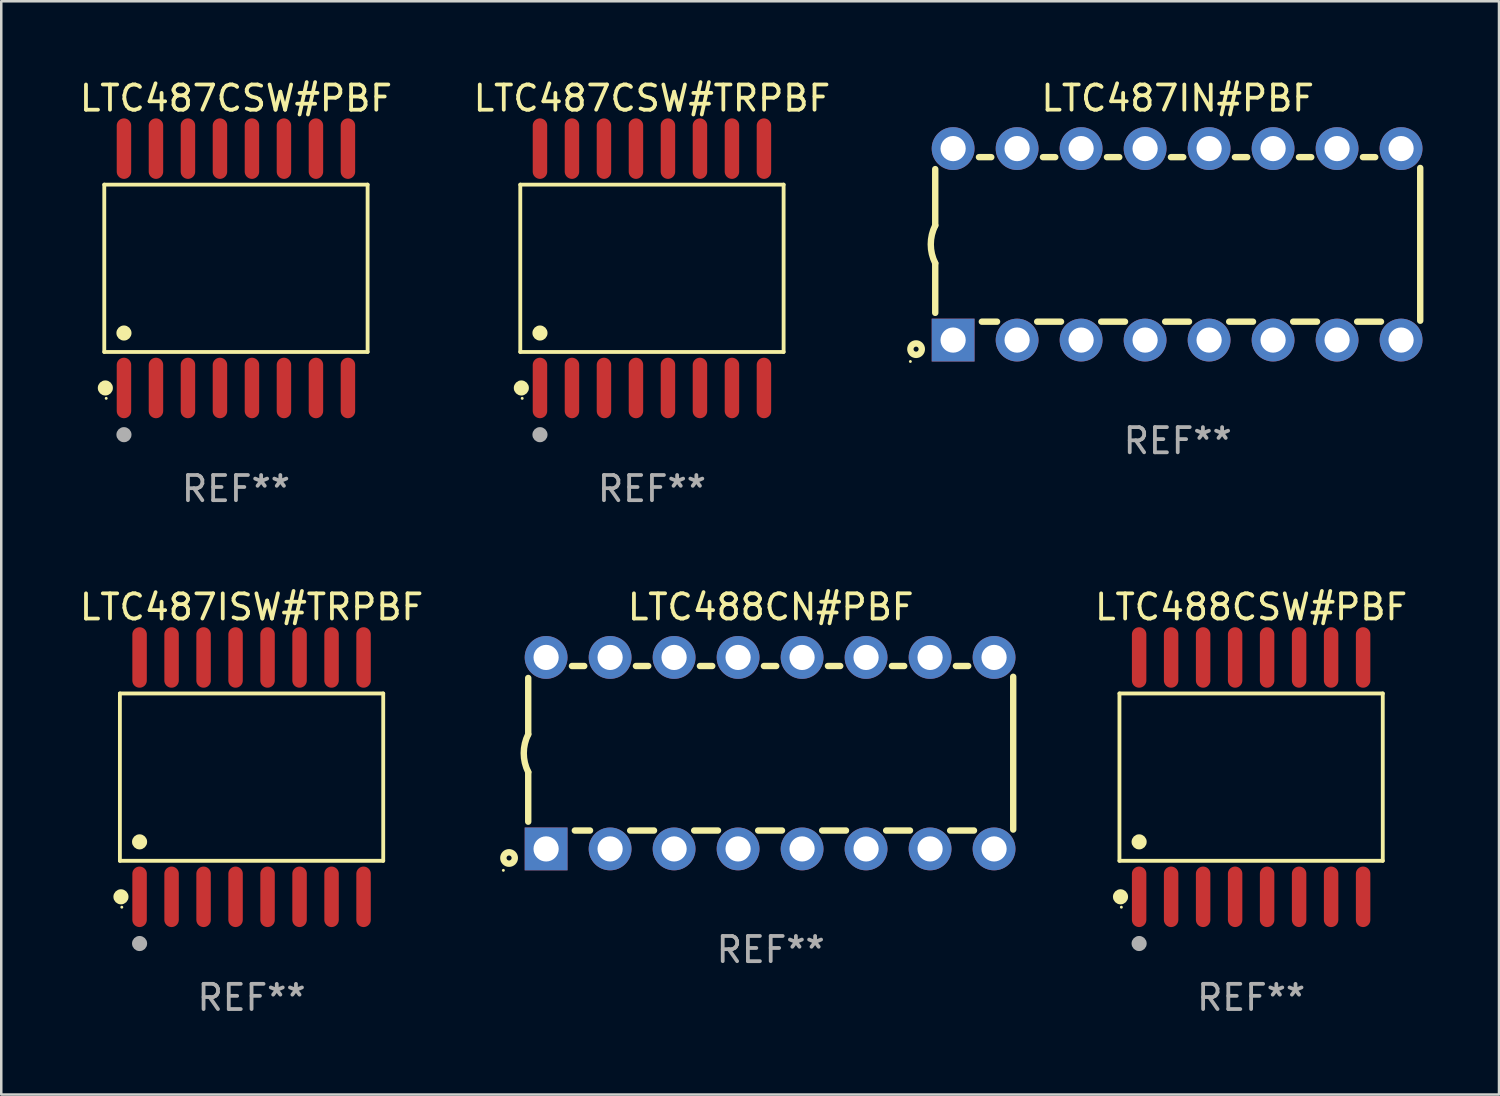
<source format=kicad_pcb>
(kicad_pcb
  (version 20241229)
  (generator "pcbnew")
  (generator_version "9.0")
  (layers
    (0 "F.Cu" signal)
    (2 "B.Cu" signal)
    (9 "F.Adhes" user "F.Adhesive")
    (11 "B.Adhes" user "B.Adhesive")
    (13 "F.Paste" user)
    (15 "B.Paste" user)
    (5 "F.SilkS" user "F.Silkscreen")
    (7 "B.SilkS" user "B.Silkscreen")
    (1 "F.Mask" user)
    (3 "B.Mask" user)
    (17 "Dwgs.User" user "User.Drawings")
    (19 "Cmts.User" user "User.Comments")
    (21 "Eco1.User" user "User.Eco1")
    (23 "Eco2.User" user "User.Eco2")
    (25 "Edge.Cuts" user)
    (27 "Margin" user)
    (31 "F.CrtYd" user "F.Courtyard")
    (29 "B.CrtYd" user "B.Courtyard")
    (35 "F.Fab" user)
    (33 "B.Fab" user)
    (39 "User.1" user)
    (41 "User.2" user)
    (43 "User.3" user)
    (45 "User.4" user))
  (footprint "LTC488CSW#PBF"
    (layer "F.Cu")
    (at 46.609 27.796)
    (property "Reference" "LTC488CSW#PBF" (at 0 -6.75 0) (layer "F.SilkS") (effects (font (size 1 1) (thickness 0.15))))
    (attr through_hole)
    (fp_line (start -5.226 -3.321) (end 5.226 -3.321) (stroke (width 0.152) (type solid)) (layer "F.SilkS"))
    (fp_line (start -5.226 3.321) (end -5.226 -3.321) (stroke (width 0.152) (type solid)) (layer "F.SilkS"))
    (fp_line (start 5.226 -3.321) (end 5.226 3.321) (stroke (width 0.152) (type solid)) (layer "F.SilkS"))
    (fp_line (start 5.226 3.321) (end -5.226 3.321) (stroke (width 0.152) (type solid)) (layer "F.SilkS"))
    (fp_circle (center -5.184 4.75) (end -5.034 4.75) (stroke (width 0.3) (type solid)) (fill no) (layer "F.SilkS"))
    (fp_circle (center -5.15 5.162) (end -5.12 5.162) (stroke (width 0.06) (type solid)) (fill no) (layer "F.SilkS"))
    (fp_circle (center -4.445 2.569) (end -4.295 2.569) (stroke (width 0.3) (type solid)) (fill no) (layer "F.SilkS"))
    (fp_circle (center -4.445 6.604) (end -4.295 6.604) (stroke (width 0.3) (type solid)) (fill no) (layer "F.Fab"))
    (fp_text user "REF**" (at 0 8.75 0) (layer "F.Fab") (effects (font (size 1 1) (thickness 0.15))))
    (pad "1" smd oval (at -4.445 4.75) (size 0.574 2.401) (layers "F.Cu" "F.Mask" "F.Paste"))
    (pad "2" smd oval (at -3.175 4.75) (size 0.574 2.401) (layers "F.Cu" "F.Mask" "F.Paste"))
    (pad "3" smd oval (at -1.905 4.75) (size 0.574 2.401) (layers "F.Cu" "F.Mask" "F.Paste"))
    (pad "4" smd oval (at -0.635 4.75) (size 0.574 2.401) (layers "F.Cu" "F.Mask" "F.Paste"))
    (pad "5" smd oval (at 0.635 4.75) (size 0.574 2.401) (layers "F.Cu" "F.Mask" "F.Paste"))
    (pad "6" smd oval (at 1.905 4.75) (size 0.574 2.401) (layers "F.Cu" "F.Mask" "F.Paste"))
    (pad "7" smd oval (at 3.175 4.75) (size 0.574 2.401) (layers "F.Cu" "F.Mask" "F.Paste"))
    (pad "8" smd oval (at 4.445 4.75) (size 0.574 2.401) (layers "F.Cu" "F.Mask" "F.Paste"))
    (pad "9" smd oval (at 4.445 -4.75) (size 0.574 2.401) (layers "F.Cu" "F.Mask" "F.Paste"))
    (pad "10" smd oval (at 3.175 -4.75) (size 0.574 2.401) (layers "F.Cu" "F.Mask" "F.Paste"))
    (pad "11" smd oval (at 1.905 -4.75) (size 0.574 2.401) (layers "F.Cu" "F.Mask" "F.Paste"))
    (pad "12" smd oval (at 0.635 -4.75) (size 0.574 2.401) (layers "F.Cu" "F.Mask" "F.Paste"))
    (pad "13" smd oval (at -0.635 -4.75) (size 0.574 2.401) (layers "F.Cu" "F.Mask" "F.Paste"))
    (pad "14" smd oval (at -1.905 -4.75) (size 0.574 2.401) (layers "F.Cu" "F.Mask" "F.Paste"))
    (pad "15" smd oval (at -3.175 -4.75) (size 0.574 2.401) (layers "F.Cu" "F.Mask" "F.Paste"))
    (pad "16" smd oval (at -4.445 -4.75) (size 0.574 2.401) (layers "F.Cu" "F.Mask" "F.Paste")))
  (footprint "LTC488CN#PBF"
    (layer "F.Cu")
    (at 27.541 26.845)
    (property "Reference" "LTC488CN#PBF" (at 0 -5.8 0) (layer "F.SilkS") (effects (font (size 1 1) (thickness 0.15))))
    (attr through_hole)
    (fp_line (start -9.625 -0.75) (end -9.625 -2.985) (stroke (width 0.254) (type solid)) (layer "F.SilkS"))
    (fp_line (start -9.625 0.749) (end -9.625 2.719) (stroke (width 0.254) (type solid)) (layer "F.SilkS"))
    (fp_line (start -7.889 -3.46) (end -7.401 -3.46) (stroke (width 0.254) (type solid)) (layer "F.SilkS"))
    (fp_line (start -7.775 3.07) (end -7.172 3.07) (stroke (width 0.254) (type solid)) (layer "F.SilkS"))
    (fp_line (start -5.578 3.07) (end -4.632 3.07) (stroke (width 0.254) (type solid)) (layer "F.SilkS"))
    (fp_line (start -5.349 -3.46) (end -4.861 -3.46) (stroke (width 0.254) (type solid)) (layer "F.SilkS"))
    (fp_line (start -3.038 3.07) (end -2.092 3.07) (stroke (width 0.254) (type solid)) (layer "F.SilkS"))
    (fp_line (start -2.809 -3.46) (end -2.321 -3.46) (stroke (width 0.254) (type solid)) (layer "F.SilkS"))
    (fp_line (start -0.498 3.07) (end 0.448 3.07) (stroke (width 0.254) (type solid)) (layer "F.SilkS"))
    (fp_line (start -0.269 -3.46) (end 0.219 -3.46) (stroke (width 0.254) (type solid)) (layer "F.SilkS"))
    (fp_line (start 2.042 3.07) (end 2.988 3.07) (stroke (width 0.254) (type solid)) (layer "F.SilkS"))
    (fp_line (start 2.271 -3.46) (end 2.759 -3.46) (stroke (width 0.254) (type solid)) (layer "F.SilkS"))
    (fp_line (start 4.582 3.07) (end 5.528 3.07) (stroke (width 0.254) (type solid)) (layer "F.SilkS"))
    (fp_line (start 4.811 -3.46) (end 5.299 -3.46) (stroke (width 0.254) (type solid)) (layer "F.SilkS"))
    (fp_line (start 7.122 3.07) (end 8.068 3.07) (stroke (width 0.254) (type solid)) (layer "F.SilkS"))
    (fp_line (start 7.351 -3.46) (end 7.839 -3.46) (stroke (width 0.254) (type solid)) (layer "F.SilkS"))
    (fp_line (start 9.625 3.032) (end 9.625 -3.032) (stroke (width 0.254) (type solid)) (layer "F.SilkS"))
    (fp_arc (start -9.62498 0.748819) (mid -9.801899 -0.000581) (end -9.625006 -0.749987) (stroke (width 0.254001) (type solid)) (layer "F.SilkS"))
    (fp_circle (center -10.612 4.65) (end -10.582 4.65) (stroke (width 0.06) (type solid)) (fill no) (layer "F.SilkS"))
    (fp_circle (center -10.385 4.16) (end -10.285 4.16) (stroke (width 0.254) (type solid)) (fill no) (layer "F.SilkS"))
    (fp_text user "REF**" (at 0 7.8 0) (layer "F.Fab") (effects (font (size 1 1) (thickness 0.15))))
    (pad "1" thru_hole rect (at -8.915 3.8 90) (size 1.7 1.7) (drill 1) (layers "*.Cu" "*.Mask"))
    (pad "2" thru_hole circle (at -6.375 3.8) (size 1.7 1.7) (drill 1) (layers "*.Cu" "*.Mask"))
    (pad "3" thru_hole circle (at -3.835 3.8) (size 1.7 1.7) (drill 1) (layers "*.Cu" "*.Mask"))
    (pad "4" thru_hole circle (at -1.295 3.8) (size 1.7 1.7) (drill 1) (layers "*.Cu" "*.Mask"))
    (pad "5" thru_hole circle (at 1.245 3.8) (size 1.7 1.7) (drill 1) (layers "*.Cu" "*.Mask"))
    (pad "6" thru_hole circle (at 3.785 3.8) (size 1.7 1.7) (drill 1) (layers "*.Cu" "*.Mask"))
    (pad "7" thru_hole circle (at 6.325 3.8) (size 1.7 1.7) (drill 1) (layers "*.Cu" "*.Mask"))
    (pad "8" thru_hole circle (at 8.865 3.8) (size 1.7 1.7) (drill 1) (layers "*.Cu" "*.Mask"))
    (pad "9" thru_hole circle (at 8.865 -3.8) (size 1.7 1.7) (drill 1) (layers "*.Cu" "*.Mask"))
    (pad "10" thru_hole circle (at 6.325 -3.8) (size 1.7 1.7) (drill 1) (layers "*.Cu" "*.Mask"))
    (pad "11" thru_hole circle (at 3.785 -3.8) (size 1.7 1.7) (drill 1) (layers "*.Cu" "*.Mask"))
    (pad "12" thru_hole circle (at 1.245 -3.8) (size 1.7 1.7) (drill 1) (layers "*.Cu" "*.Mask"))
    (pad "13" thru_hole circle (at -1.295 -3.8) (size 1.7 1.7) (drill 1) (layers "*.Cu" "*.Mask"))
    (pad "14" thru_hole circle (at -3.835 -3.8) (size 1.7 1.7) (drill 1) (layers "*.Cu" "*.Mask"))
    (pad "15" thru_hole circle (at -6.375 -3.8) (size 1.7 1.7) (drill 1) (layers "*.Cu" "*.Mask"))
    (pad "16" thru_hole circle (at -8.915 -3.8) (size 1.7 1.7) (drill 1) (layers "*.Cu" "*.Mask")))
  (footprint "LTC487IN#PBF"
    (layer "F.Cu")
    (at 43.696 6.648)
    (property "Reference" "LTC487IN#PBF" (at 0 -5.8 0) (layer "F.SilkS") (effects (font (size 1 1) (thickness 0.15))))
    (attr through_hole)
    (fp_line (start -9.625 -0.75) (end -9.625 -2.985) (stroke (width 0.254) (type solid)) (layer "F.SilkS"))
    (fp_line (start -9.625 0.749) (end -9.625 2.719) (stroke (width 0.254) (type solid)) (layer "F.SilkS"))
    (fp_line (start -7.889 -3.46) (end -7.401 -3.46) (stroke (width 0.254) (type solid)) (layer "F.SilkS"))
    (fp_line (start -7.775 3.07) (end -7.172 3.07) (stroke (width 0.254) (type solid)) (layer "F.SilkS"))
    (fp_line (start -5.578 3.07) (end -4.632 3.07) (stroke (width 0.254) (type solid)) (layer "F.SilkS"))
    (fp_line (start -5.349 -3.46) (end -4.861 -3.46) (stroke (width 0.254) (type solid)) (layer "F.SilkS"))
    (fp_line (start -3.038 3.07) (end -2.092 3.07) (stroke (width 0.254) (type solid)) (layer "F.SilkS"))
    (fp_line (start -2.809 -3.46) (end -2.321 -3.46) (stroke (width 0.254) (type solid)) (layer "F.SilkS"))
    (fp_line (start -0.498 3.07) (end 0.448 3.07) (stroke (width 0.254) (type solid)) (layer "F.SilkS"))
    (fp_line (start -0.269 -3.46) (end 0.219 -3.46) (stroke (width 0.254) (type solid)) (layer "F.SilkS"))
    (fp_line (start 2.042 3.07) (end 2.988 3.07) (stroke (width 0.254) (type solid)) (layer "F.SilkS"))
    (fp_line (start 2.271 -3.46) (end 2.759 -3.46) (stroke (width 0.254) (type solid)) (layer "F.SilkS"))
    (fp_line (start 4.582 3.07) (end 5.528 3.07) (stroke (width 0.254) (type solid)) (layer "F.SilkS"))
    (fp_line (start 4.811 -3.46) (end 5.299 -3.46) (stroke (width 0.254) (type solid)) (layer "F.SilkS"))
    (fp_line (start 7.122 3.07) (end 8.068 3.07) (stroke (width 0.254) (type solid)) (layer "F.SilkS"))
    (fp_line (start 7.351 -3.46) (end 7.839 -3.46) (stroke (width 0.254) (type solid)) (layer "F.SilkS"))
    (fp_line (start 9.625 3.032) (end 9.625 -3.032) (stroke (width 0.254) (type solid)) (layer "F.SilkS"))
    (fp_arc (start -9.62498 0.748819) (mid -9.801899 -0.000581) (end -9.625006 -0.749987) (stroke (width 0.254001) (type solid)) (layer "F.SilkS"))
    (fp_circle (center -10.612 4.65) (end -10.582 4.65) (stroke (width 0.06) (type solid)) (fill no) (layer "F.SilkS"))
    (fp_circle (center -10.385 4.16) (end -10.285 4.16) (stroke (width 0.254) (type solid)) (fill no) (layer "F.SilkS"))
    (fp_text user "REF**" (at 0 7.8 0) (layer "F.Fab") (effects (font (size 1 1) (thickness 0.15))))
    (pad "1" thru_hole rect (at -8.915 3.8 90) (size 1.7 1.7) (drill 1) (layers "*.Cu" "*.Mask"))
    (pad "2" thru_hole circle (at -6.375 3.8) (size 1.7 1.7) (drill 1) (layers "*.Cu" "*.Mask"))
    (pad "3" thru_hole circle (at -3.835 3.8) (size 1.7 1.7) (drill 1) (layers "*.Cu" "*.Mask"))
    (pad "4" thru_hole circle (at -1.295 3.8) (size 1.7 1.7) (drill 1) (layers "*.Cu" "*.Mask"))
    (pad "5" thru_hole circle (at 1.245 3.8) (size 1.7 1.7) (drill 1) (layers "*.Cu" "*.Mask"))
    (pad "6" thru_hole circle (at 3.785 3.8) (size 1.7 1.7) (drill 1) (layers "*.Cu" "*.Mask"))
    (pad "7" thru_hole circle (at 6.325 3.8) (size 1.7 1.7) (drill 1) (layers "*.Cu" "*.Mask"))
    (pad "8" thru_hole circle (at 8.865 3.8) (size 1.7 1.7) (drill 1) (layers "*.Cu" "*.Mask"))
    (pad "9" thru_hole circle (at 8.865 -3.8) (size 1.7 1.7) (drill 1) (layers "*.Cu" "*.Mask"))
    (pad "10" thru_hole circle (at 6.325 -3.8) (size 1.7 1.7) (drill 1) (layers "*.Cu" "*.Mask"))
    (pad "11" thru_hole circle (at 3.785 -3.8) (size 1.7 1.7) (drill 1) (layers "*.Cu" "*.Mask"))
    (pad "12" thru_hole circle (at 1.245 -3.8) (size 1.7 1.7) (drill 1) (layers "*.Cu" "*.Mask"))
    (pad "13" thru_hole circle (at -1.295 -3.8) (size 1.7 1.7) (drill 1) (layers "*.Cu" "*.Mask"))
    (pad "14" thru_hole circle (at -3.835 -3.8) (size 1.7 1.7) (drill 1) (layers "*.Cu" "*.Mask"))
    (pad "15" thru_hole circle (at -6.375 -3.8) (size 1.7 1.7) (drill 1) (layers "*.Cu" "*.Mask"))
    (pad "16" thru_hole circle (at -8.915 -3.8) (size 1.7 1.7) (drill 1) (layers "*.Cu" "*.Mask")))
  (footprint "LTC487CSW#TRPBF"
    (layer "F.Cu")
    (at 22.827 7.599)
    (property "Reference" "LTC487CSW#TRPBF" (at 0 -6.75 0) (layer "F.SilkS") (effects (font (size 1 1) (thickness 0.15))))
    (attr through_hole)
    (fp_line (start -5.226 -3.321) (end 5.226 -3.321) (stroke (width 0.152) (type solid)) (layer "F.SilkS"))
    (fp_line (start -5.226 3.321) (end -5.226 -3.321) (stroke (width 0.152) (type solid)) (layer "F.SilkS"))
    (fp_line (start 5.226 -3.321) (end 5.226 3.321) (stroke (width 0.152) (type solid)) (layer "F.SilkS"))
    (fp_line (start 5.226 3.321) (end -5.226 3.321) (stroke (width 0.152) (type solid)) (layer "F.SilkS"))
    (fp_circle (center -5.184 4.75) (end -5.034 4.75) (stroke (width 0.3) (type solid)) (fill no) (layer "F.SilkS"))
    (fp_circle (center -5.15 5.162) (end -5.12 5.162) (stroke (width 0.06) (type solid)) (fill no) (layer "F.SilkS"))
    (fp_circle (center -4.445 2.569) (end -4.295 2.569) (stroke (width 0.3) (type solid)) (fill no) (layer "F.SilkS"))
    (fp_circle (center -4.445 6.604) (end -4.295 6.604) (stroke (width 0.3) (type solid)) (fill no) (layer "F.Fab"))
    (fp_text user "REF**" (at 0 8.75 0) (layer "F.Fab") (effects (font (size 1 1) (thickness 0.15))))
    (pad "1" smd oval (at -4.445 4.75) (size 0.574 2.401) (layers "F.Cu" "F.Mask" "F.Paste"))
    (pad "2" smd oval (at -3.175 4.75) (size 0.574 2.401) (layers "F.Cu" "F.Mask" "F.Paste"))
    (pad "3" smd oval (at -1.905 4.75) (size 0.574 2.401) (layers "F.Cu" "F.Mask" "F.Paste"))
    (pad "4" smd oval (at -0.635 4.75) (size 0.574 2.401) (layers "F.Cu" "F.Mask" "F.Paste"))
    (pad "5" smd oval (at 0.635 4.75) (size 0.574 2.401) (layers "F.Cu" "F.Mask" "F.Paste"))
    (pad "6" smd oval (at 1.905 4.75) (size 0.574 2.401) (layers "F.Cu" "F.Mask" "F.Paste"))
    (pad "7" smd oval (at 3.175 4.75) (size 0.574 2.401) (layers "F.Cu" "F.Mask" "F.Paste"))
    (pad "8" smd oval (at 4.445 4.75) (size 0.574 2.401) (layers "F.Cu" "F.Mask" "F.Paste"))
    (pad "9" smd oval (at 4.445 -4.75) (size 0.574 2.401) (layers "F.Cu" "F.Mask" "F.Paste"))
    (pad "10" smd oval (at 3.175 -4.75) (size 0.574 2.401) (layers "F.Cu" "F.Mask" "F.Paste"))
    (pad "11" smd oval (at 1.905 -4.75) (size 0.574 2.401) (layers "F.Cu" "F.Mask" "F.Paste"))
    (pad "12" smd oval (at 0.635 -4.75) (size 0.574 2.401) (layers "F.Cu" "F.Mask" "F.Paste"))
    (pad "13" smd oval (at -0.635 -4.75) (size 0.574 2.401) (layers "F.Cu" "F.Mask" "F.Paste"))
    (pad "14" smd oval (at -1.905 -4.75) (size 0.574 2.401) (layers "F.Cu" "F.Mask" "F.Paste"))
    (pad "15" smd oval (at -3.175 -4.75) (size 0.574 2.401) (layers "F.Cu" "F.Mask" "F.Paste"))
    (pad "16" smd oval (at -4.445 -4.75) (size 0.574 2.401) (layers "F.Cu" "F.Mask" "F.Paste")))
  (footprint "LTC487CSW#PBF"
    (layer "F.Cu")
    (at 6.315 7.599)
    (property "Reference" "LTC487CSW#PBF" (at 0 -6.75 0) (layer "F.SilkS") (effects (font (size 1 1) (thickness 0.15))))
    (attr through_hole)
    (fp_line (start -5.226 -3.321) (end 5.226 -3.321) (stroke (width 0.152) (type solid)) (layer "F.SilkS"))
    (fp_line (start -5.226 3.321) (end -5.226 -3.321) (stroke (width 0.152) (type solid)) (layer "F.SilkS"))
    (fp_line (start 5.226 -3.321) (end 5.226 3.321) (stroke (width 0.152) (type solid)) (layer "F.SilkS"))
    (fp_line (start 5.226 3.321) (end -5.226 3.321) (stroke (width 0.152) (type solid)) (layer "F.SilkS"))
    (fp_circle (center -5.184 4.75) (end -5.034 4.75) (stroke (width 0.3) (type solid)) (fill no) (layer "F.SilkS"))
    (fp_circle (center -5.15 5.162) (end -5.12 5.162) (stroke (width 0.06) (type solid)) (fill no) (layer "F.SilkS"))
    (fp_circle (center -4.445 2.569) (end -4.295 2.569) (stroke (width 0.3) (type solid)) (fill no) (layer "F.SilkS"))
    (fp_circle (center -4.445 6.604) (end -4.295 6.604) (stroke (width 0.3) (type solid)) (fill no) (layer "F.Fab"))
    (fp_text user "REF**" (at 0 8.75 0) (layer "F.Fab") (effects (font (size 1 1) (thickness 0.15))))
    (pad "1" smd oval (at -4.445 4.75) (size 0.574 2.401) (layers "F.Cu" "F.Mask" "F.Paste"))
    (pad "2" smd oval (at -3.175 4.75) (size 0.574 2.401) (layers "F.Cu" "F.Mask" "F.Paste"))
    (pad "3" smd oval (at -1.905 4.75) (size 0.574 2.401) (layers "F.Cu" "F.Mask" "F.Paste"))
    (pad "4" smd oval (at -0.635 4.75) (size 0.574 2.401) (layers "F.Cu" "F.Mask" "F.Paste"))
    (pad "5" smd oval (at 0.635 4.75) (size 0.574 2.401) (layers "F.Cu" "F.Mask" "F.Paste"))
    (pad "6" smd oval (at 1.905 4.75) (size 0.574 2.401) (layers "F.Cu" "F.Mask" "F.Paste"))
    (pad "7" smd oval (at 3.175 4.75) (size 0.574 2.401) (layers "F.Cu" "F.Mask" "F.Paste"))
    (pad "8" smd oval (at 4.445 4.75) (size 0.574 2.401) (layers "F.Cu" "F.Mask" "F.Paste"))
    (pad "9" smd oval (at 4.445 -4.75) (size 0.574 2.401) (layers "F.Cu" "F.Mask" "F.Paste"))
    (pad "10" smd oval (at 3.175 -4.75) (size 0.574 2.401) (layers "F.Cu" "F.Mask" "F.Paste"))
    (pad "11" smd oval (at 1.905 -4.75) (size 0.574 2.401) (layers "F.Cu" "F.Mask" "F.Paste"))
    (pad "12" smd oval (at 0.635 -4.75) (size 0.574 2.401) (layers "F.Cu" "F.Mask" "F.Paste"))
    (pad "13" smd oval (at -0.635 -4.75) (size 0.574 2.401) (layers "F.Cu" "F.Mask" "F.Paste"))
    (pad "14" smd oval (at -1.905 -4.75) (size 0.574 2.401) (layers "F.Cu" "F.Mask" "F.Paste"))
    (pad "15" smd oval (at -3.175 -4.75) (size 0.574 2.401) (layers "F.Cu" "F.Mask" "F.Paste"))
    (pad "16" smd oval (at -4.445 -4.75) (size 0.574 2.401) (layers "F.Cu" "F.Mask" "F.Paste")))
  (footprint "LTC487ISW#TRPBF"
    (layer "F.Cu")
    (at 6.935 27.796)
    (property "Reference" "LTC487ISW#TRPBF" (at 0 -6.75 0) (layer "F.SilkS") (effects (font (size 1 1) (thickness 0.15))))
    (attr through_hole)
    (fp_line (start -5.226 -3.321) (end 5.226 -3.321) (stroke (width 0.152) (type solid)) (layer "F.SilkS"))
    (fp_line (start -5.226 3.321) (end -5.226 -3.321) (stroke (width 0.152) (type solid)) (layer "F.SilkS"))
    (fp_line (start 5.226 -3.321) (end 5.226 3.321) (stroke (width 0.152) (type solid)) (layer "F.SilkS"))
    (fp_line (start 5.226 3.321) (end -5.226 3.321) (stroke (width 0.152) (type solid)) (layer "F.SilkS"))
    (fp_circle (center -5.184 4.75) (end -5.034 4.75) (stroke (width 0.3) (type solid)) (fill no) (layer "F.SilkS"))
    (fp_circle (center -5.15 5.162) (end -5.12 5.162) (stroke (width 0.06) (type solid)) (fill no) (layer "F.SilkS"))
    (fp_circle (center -4.445 2.569) (end -4.295 2.569) (stroke (width 0.3) (type solid)) (fill no) (layer "F.SilkS"))
    (fp_circle (center -4.445 6.604) (end -4.295 6.604) (stroke (width 0.3) (type solid)) (fill no) (layer "F.Fab"))
    (fp_text user "REF**" (at 0 8.75 0) (layer "F.Fab") (effects (font (size 1 1) (thickness 0.15))))
    (pad "1" smd oval (at -4.445 4.75) (size 0.574 2.401) (layers "F.Cu" "F.Mask" "F.Paste"))
    (pad "2" smd oval (at -3.175 4.75) (size 0.574 2.401) (layers "F.Cu" "F.Mask" "F.Paste"))
    (pad "3" smd oval (at -1.905 4.75) (size 0.574 2.401) (layers "F.Cu" "F.Mask" "F.Paste"))
    (pad "4" smd oval (at -0.635 4.75) (size 0.574 2.401) (layers "F.Cu" "F.Mask" "F.Paste"))
    (pad "5" smd oval (at 0.635 4.75) (size 0.574 2.401) (layers "F.Cu" "F.Mask" "F.Paste"))
    (pad "6" smd oval (at 1.905 4.75) (size 0.574 2.401) (layers "F.Cu" "F.Mask" "F.Paste"))
    (pad "7" smd oval (at 3.175 4.75) (size 0.574 2.401) (layers "F.Cu" "F.Mask" "F.Paste"))
    (pad "8" smd oval (at 4.445 4.75) (size 0.574 2.401) (layers "F.Cu" "F.Mask" "F.Paste"))
    (pad "9" smd oval (at 4.445 -4.75) (size 0.574 2.401) (layers "F.Cu" "F.Mask" "F.Paste"))
    (pad "10" smd oval (at 3.175 -4.75) (size 0.574 2.401) (layers "F.Cu" "F.Mask" "F.Paste"))
    (pad "11" smd oval (at 1.905 -4.75) (size 0.574 2.401) (layers "F.Cu" "F.Mask" "F.Paste"))
    (pad "12" smd oval (at 0.635 -4.75) (size 0.574 2.401) (layers "F.Cu" "F.Mask" "F.Paste"))
    (pad "13" smd oval (at -0.635 -4.75) (size 0.574 2.401) (layers "F.Cu" "F.Mask" "F.Paste"))
    (pad "14" smd oval (at -1.905 -4.75) (size 0.574 2.401) (layers "F.Cu" "F.Mask" "F.Paste"))
    (pad "15" smd oval (at -3.175 -4.75) (size 0.574 2.401) (layers "F.Cu" "F.Mask" "F.Paste"))
    (pad "16" smd oval (at -4.445 -4.75) (size 0.574 2.401) (layers "F.Cu" "F.Mask" "F.Paste")))
  (gr_rect
    (start -3 -3)
    (end 56.448 40.394)
    (stroke (width 0.1) (type default))
    (fill no)
    (layer "Edge.Cuts")))
</source>
